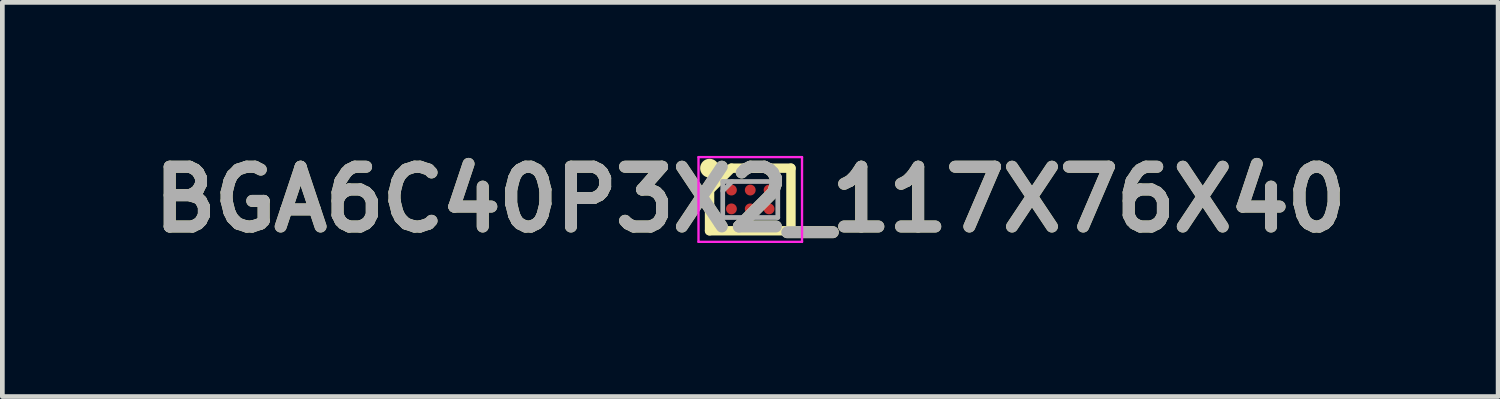
<source format=kicad_pcb>
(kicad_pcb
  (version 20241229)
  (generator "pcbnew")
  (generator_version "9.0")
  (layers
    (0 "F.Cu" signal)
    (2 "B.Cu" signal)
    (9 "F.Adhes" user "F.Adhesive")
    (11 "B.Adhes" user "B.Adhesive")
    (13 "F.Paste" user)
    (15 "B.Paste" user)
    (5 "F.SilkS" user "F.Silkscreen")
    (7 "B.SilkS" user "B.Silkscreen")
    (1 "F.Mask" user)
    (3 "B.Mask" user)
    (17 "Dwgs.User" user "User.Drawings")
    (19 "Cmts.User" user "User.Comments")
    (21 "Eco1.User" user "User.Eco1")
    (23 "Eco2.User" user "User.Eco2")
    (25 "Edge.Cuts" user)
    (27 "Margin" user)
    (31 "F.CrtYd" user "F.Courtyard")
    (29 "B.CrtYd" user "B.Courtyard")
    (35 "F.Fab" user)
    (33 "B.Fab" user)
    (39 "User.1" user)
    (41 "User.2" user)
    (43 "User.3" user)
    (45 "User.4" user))
  (footprint "BGA6C40P3X2_117X76X40"
    (layer "F.Cu")
    (at 12.894 1.189)
    (property "Reference" "BGA6C40P3X2_117X76X40" (at 0 0 0) (layer "F.SilkS") (effects (font (size 1.27 1.27) (thickness 0.254))))
    (attr smd)
    (fp_line (start -0.865 -0.2) (end -0.4 -0.665) (stroke (width 0.2) (type solid)) (layer "F.SilkS"))
    (fp_line (start -0.865 0.665) (end -0.865 -0.2) (stroke (width 0.2) (type solid)) (layer "F.SilkS"))
    (fp_line (start -0.4 -0.665) (end 0.865 -0.665) (stroke (width 0.2) (type solid)) (layer "F.SilkS"))
    (fp_line (start 0.865 -0.665) (end 0.865 0.665) (stroke (width 0.2) (type solid)) (layer "F.SilkS"))
    (fp_line (start 0.865 0.665) (end -0.865 0.665) (stroke (width 0.2) (type solid)) (layer "F.SilkS"))
    (fp_circle (center -0.865 -0.665) (end -0.865 -0.565) (stroke (width 0.2) (type solid)) (fill no) (layer "F.SilkS"))
    (fp_line (start -1.1 -0.9) (end 1.1 -0.9) (stroke (width 0.05) (type solid)) (layer "F.CrtYd"))
    (fp_line (start -1.1 0.9) (end -1.1 -0.9) (stroke (width 0.05) (type solid)) (layer "F.CrtYd"))
    (fp_line (start 1.1 -0.9) (end 1.1 0.9) (stroke (width 0.05) (type solid)) (layer "F.CrtYd"))
    (fp_line (start 1.1 0.9) (end -1.1 0.9) (stroke (width 0.05) (type solid)) (layer "F.CrtYd"))
    (fp_line (start -0.585 -0.382) (end 0.585 -0.382) (stroke (width 0.1) (type solid)) (layer "F.Fab"))
    (fp_line (start -0.585 -0.182) (end -0.385 -0.382) (stroke (width 0.1) (type solid)) (layer "F.Fab"))
    (fp_line (start -0.585 0.383) (end -0.585 -0.382) (stroke (width 0.1) (type solid)) (layer "F.Fab"))
    (fp_line (start 0.585 -0.382) (end 0.585 0.383) (stroke (width 0.1) (type solid)) (layer "F.Fab"))
    (fp_line (start 0.585 0.383) (end -0.585 0.383) (stroke (width 0.1) (type solid)) (layer "F.Fab"))
    (fp_text user "${REFERENCE}" (at 0 0 0) (layer "F.Fab") (effects (font (size 1.27 1.27) (thickness 0.254))))
    (pad "A1" smd circle (at -0.4 -0.2 90) (size 0.23 0.23) (layers "F.Cu" "F.Mask" "F.Paste"))
    (pad "A2" smd circle (at 0 -0.2 90) (size 0.23 0.23) (layers "F.Cu" "F.Mask" "F.Paste"))
    (pad "A3" smd circle (at 0.4 -0.2 90) (size 0.23 0.23) (layers "F.Cu" "F.Mask" "F.Paste"))
    (pad "B1" smd circle (at -0.4 0.2 90) (size 0.23 0.23) (layers "F.Cu" "F.Mask" "F.Paste"))
    (pad "B2" smd circle (at 0 0.2 90) (size 0.23 0.23) (layers "F.Cu" "F.Mask" "F.Paste"))
    (pad "B3" smd circle (at 0.4 0.2 90) (size 0.23 0.23) (layers "F.Cu" "F.Mask" "F.Paste")))
  (gr_rect
    (start -3 -3)
    (end 28.787 5.377)
    (stroke (width 0.1) (type default))
    (fill no)
    (layer "Edge.Cuts")))
</source>
